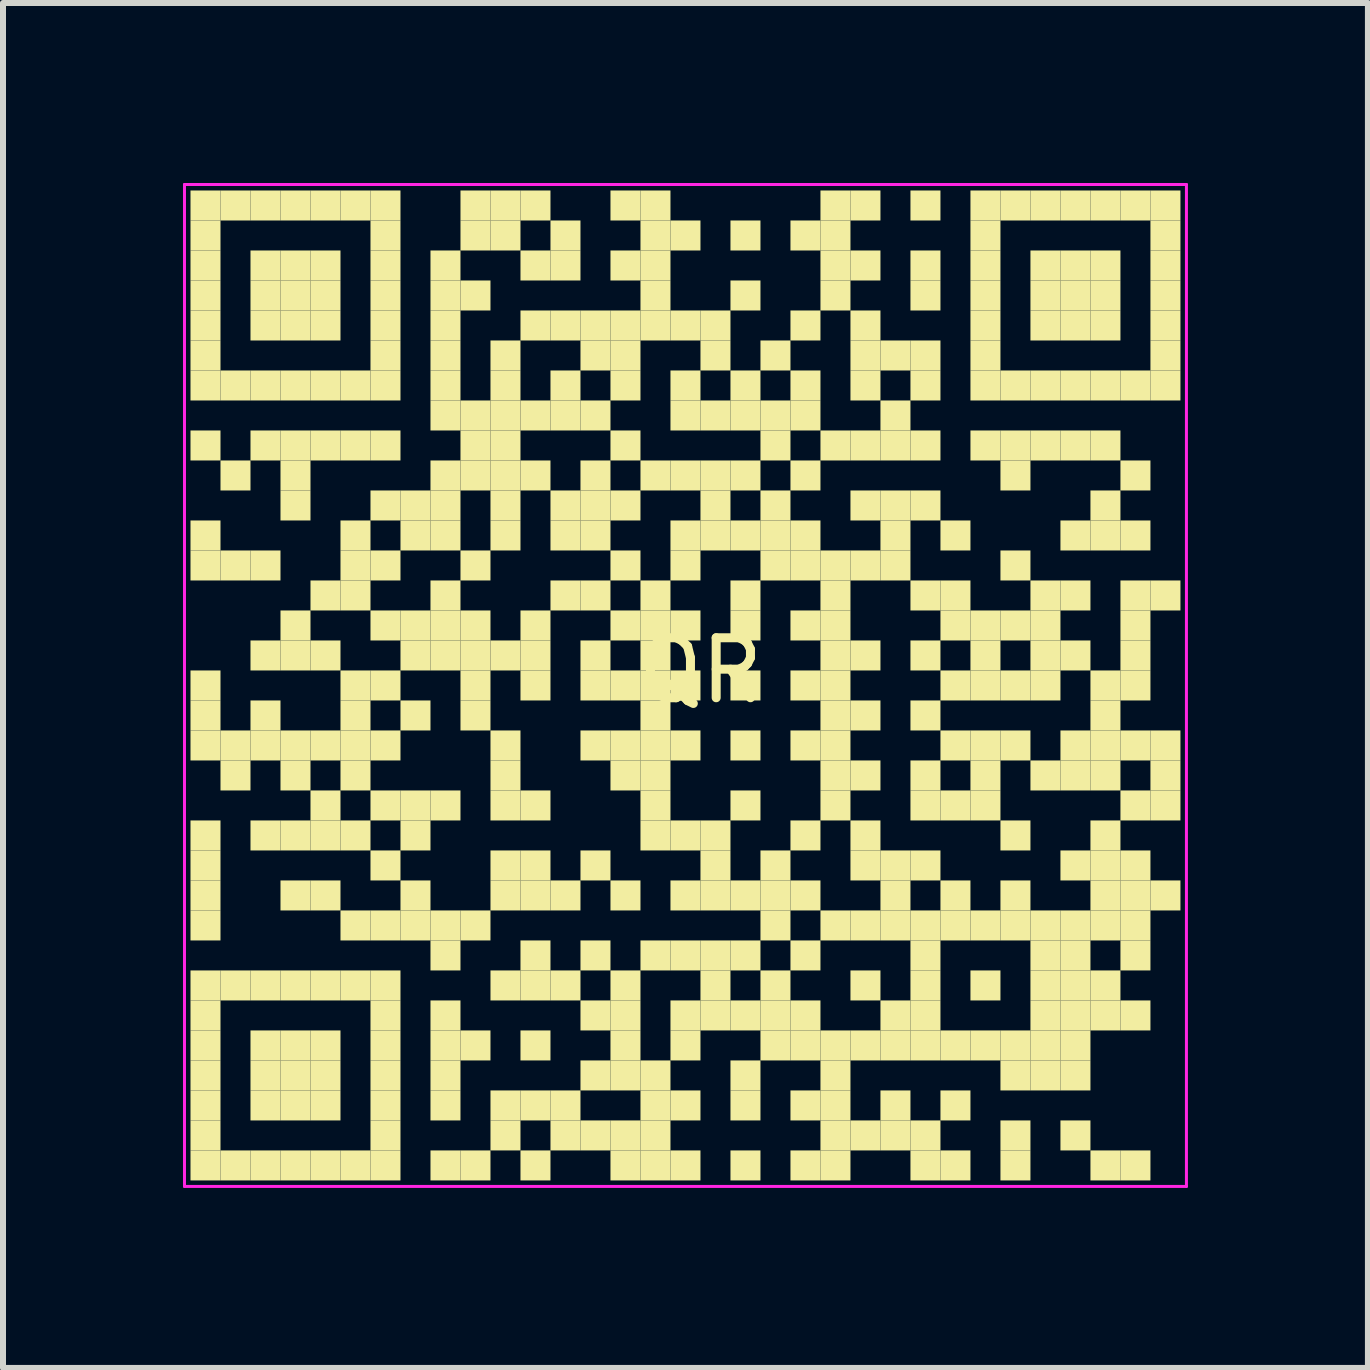
<source format=kicad_pcb>
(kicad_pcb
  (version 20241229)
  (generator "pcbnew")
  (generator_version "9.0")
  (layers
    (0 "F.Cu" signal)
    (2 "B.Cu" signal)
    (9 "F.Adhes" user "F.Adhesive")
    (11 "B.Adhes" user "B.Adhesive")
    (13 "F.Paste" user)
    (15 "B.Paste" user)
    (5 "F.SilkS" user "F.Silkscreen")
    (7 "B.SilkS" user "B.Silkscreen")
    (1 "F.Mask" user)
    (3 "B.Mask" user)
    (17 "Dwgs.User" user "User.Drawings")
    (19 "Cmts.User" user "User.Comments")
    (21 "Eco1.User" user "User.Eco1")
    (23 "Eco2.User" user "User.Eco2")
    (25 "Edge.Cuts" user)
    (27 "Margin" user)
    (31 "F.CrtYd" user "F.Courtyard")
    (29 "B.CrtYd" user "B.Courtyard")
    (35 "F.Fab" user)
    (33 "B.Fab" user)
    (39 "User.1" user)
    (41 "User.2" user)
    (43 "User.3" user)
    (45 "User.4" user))
  (footprint "QR"
    (layer "F.Cu")
    (at 8.625 8.625)
    (property "Reference" "QR" (at 0 -0.5 0) (unlocked yes) (layer "F.SilkS") (effects (font (size 1 1) (thickness 0.15))))
    (fp_rect (start -8.5 -8.5) (end -8 -8) (stroke (width 0) (type default)) (fill yes) (layer "F.SilkS"))
    (fp_rect (start -8.5 -8) (end -8 -7.5) (stroke (width 0) (type default)) (fill yes) (layer "F.SilkS"))
    (fp_rect (start -8.5 -7.5) (end -8 -7) (stroke (width 0) (type default)) (fill yes) (layer "F.SilkS"))
    (fp_rect (start -8.5 -7) (end -8 -6.5) (stroke (width 0) (type default)) (fill yes) (layer "F.SilkS"))
    (fp_rect (start -8.5 -6.5) (end -8 -6) (stroke (width 0) (type default)) (fill yes) (layer "F.SilkS"))
    (fp_rect (start -8.5 -6) (end -8 -5.5) (stroke (width 0) (type default)) (fill yes) (layer "F.SilkS"))
    (fp_rect (start -8.5 -5.5) (end -8 -5) (stroke (width 0) (type default)) (fill yes) (layer "F.SilkS"))
    (fp_rect (start -8.5 -4.5) (end -8 -4) (stroke (width 0) (type default)) (fill yes) (layer "F.SilkS"))
    (fp_rect (start -8.5 -3) (end -8 -2.5) (stroke (width 0) (type default)) (fill yes) (layer "F.SilkS"))
    (fp_rect (start -8.5 -2.5) (end -8 -2) (stroke (width 0) (type default)) (fill yes) (layer "F.SilkS"))
    (fp_rect (start -8.5 -0.5) (end -8 0) (stroke (width 0) (type default)) (fill yes) (layer "F.SilkS"))
    (fp_rect (start -8.5 0) (end -8 0.5) (stroke (width 0) (type default)) (fill yes) (layer "F.SilkS"))
    (fp_rect (start -8.5 0.5) (end -8 1) (stroke (width 0) (type default)) (fill yes) (layer "F.SilkS"))
    (fp_rect (start -8.5 2) (end -8 2.5) (stroke (width 0) (type default)) (fill yes) (layer "F.SilkS"))
    (fp_rect (start -8.5 2.5) (end -8 3) (stroke (width 0) (type default)) (fill yes) (layer "F.SilkS"))
    (fp_rect (start -8.5 3) (end -8 3.5) (stroke (width 0) (type default)) (fill yes) (layer "F.SilkS"))
    (fp_rect (start -8.5 3.5) (end -8 4) (stroke (width 0) (type default)) (fill yes) (layer "F.SilkS"))
    (fp_rect (start -8.5 4.5) (end -8 5) (stroke (width 0) (type default)) (fill yes) (layer "F.SilkS"))
    (fp_rect (start -8.5 5) (end -8 5.5) (stroke (width 0) (type default)) (fill yes) (layer "F.SilkS"))
    (fp_rect (start -8.5 5.5) (end -8 6) (stroke (width 0) (type default)) (fill yes) (layer "F.SilkS"))
    (fp_rect (start -8.5 6) (end -8 6.5) (stroke (width 0) (type default)) (fill yes) (layer "F.SilkS"))
    (fp_rect (start -8.5 6.5) (end -8 7) (stroke (width 0) (type default)) (fill yes) (layer "F.SilkS"))
    (fp_rect (start -8.5 7) (end -8 7.5) (stroke (width 0) (type default)) (fill yes) (layer "F.SilkS"))
    (fp_rect (start -8.5 7.5) (end -8 8) (stroke (width 0) (type default)) (fill yes) (layer "F.SilkS"))
    (fp_rect (start -8 -8.5) (end -7.5 -8) (stroke (width 0) (type default)) (fill yes) (layer "F.SilkS"))
    (fp_rect (start -8 -5.5) (end -7.5 -5) (stroke (width 0) (type default)) (fill yes) (layer "F.SilkS"))
    (fp_rect (start -8 -4) (end -7.5 -3.5) (stroke (width 0) (type default)) (fill yes) (layer "F.SilkS"))
    (fp_rect (start -8 -2.5) (end -7.5 -2) (stroke (width 0) (type default)) (fill yes) (layer "F.SilkS"))
    (fp_rect (start -8 0.5) (end -7.5 1) (stroke (width 0) (type default)) (fill yes) (layer "F.SilkS"))
    (fp_rect (start -8 1) (end -7.5 1.5) (stroke (width 0) (type default)) (fill yes) (layer "F.SilkS"))
    (fp_rect (start -8 4.5) (end -7.5 5) (stroke (width 0) (type default)) (fill yes) (layer "F.SilkS"))
    (fp_rect (start -8 7.5) (end -7.5 8) (stroke (width 0) (type default)) (fill yes) (layer "F.SilkS"))
    (fp_rect (start -7.5 -8.5) (end -7 -8) (stroke (width 0) (type default)) (fill yes) (layer "F.SilkS"))
    (fp_rect (start -7.5 -7.5) (end -7 -7) (stroke (width 0) (type default)) (fill yes) (layer "F.SilkS"))
    (fp_rect (start -7.5 -7) (end -7 -6.5) (stroke (width 0) (type default)) (fill yes) (layer "F.SilkS"))
    (fp_rect (start -7.5 -6.5) (end -7 -6) (stroke (width 0) (type default)) (fill yes) (layer "F.SilkS"))
    (fp_rect (start -7.5 -5.5) (end -7 -5) (stroke (width 0) (type default)) (fill yes) (layer "F.SilkS"))
    (fp_rect (start -7.5 -4.5) (end -7 -4) (stroke (width 0) (type default)) (fill yes) (layer "F.SilkS"))
    (fp_rect (start -7.5 -2.5) (end -7 -2) (stroke (width 0) (type default)) (fill yes) (layer "F.SilkS"))
    (fp_rect (start -7.5 -1) (end -7 -0.5) (stroke (width 0) (type default)) (fill yes) (layer "F.SilkS"))
    (fp_rect (start -7.5 0) (end -7 0.5) (stroke (width 0) (type default)) (fill yes) (layer "F.SilkS"))
    (fp_rect (start -7.5 0.5) (end -7 1) (stroke (width 0) (type default)) (fill yes) (layer "F.SilkS"))
    (fp_rect (start -7.5 2) (end -7 2.5) (stroke (width 0) (type default)) (fill yes) (layer "F.SilkS"))
    (fp_rect (start -7.5 4.5) (end -7 5) (stroke (width 0) (type default)) (fill yes) (layer "F.SilkS"))
    (fp_rect (start -7.5 5.5) (end -7 6) (stroke (width 0) (type default)) (fill yes) (layer "F.SilkS"))
    (fp_rect (start -7.5 6) (end -7 6.5) (stroke (width 0) (type default)) (fill yes) (layer "F.SilkS"))
    (fp_rect (start -7.5 6.5) (end -7 7) (stroke (width 0) (type default)) (fill yes) (layer "F.SilkS"))
    (fp_rect (start -7.5 7.5) (end -7 8) (stroke (width 0) (type default)) (fill yes) (layer "F.SilkS"))
    (fp_rect (start -7 -8.5) (end -6.5 -8) (stroke (width 0) (type default)) (fill yes) (layer "F.SilkS"))
    (fp_rect (start -7 -7.5) (end -6.5 -7) (stroke (width 0) (type default)) (fill yes) (layer "F.SilkS"))
    (fp_rect (start -7 -7) (end -6.5 -6.5) (stroke (width 0) (type default)) (fill yes) (layer "F.SilkS"))
    (fp_rect (start -7 -6.5) (end -6.5 -6) (stroke (width 0) (type default)) (fill yes) (layer "F.SilkS"))
    (fp_rect (start -7 -5.5) (end -6.5 -5) (stroke (width 0) (type default)) (fill yes) (layer "F.SilkS"))
    (fp_rect (start -7 -4.5) (end -6.5 -4) (stroke (width 0) (type default)) (fill yes) (layer "F.SilkS"))
    (fp_rect (start -7 -4) (end -6.5 -3.5) (stroke (width 0) (type default)) (fill yes) (layer "F.SilkS"))
    (fp_rect (start -7 -3.5) (end -6.5 -3) (stroke (width 0) (type default)) (fill yes) (layer "F.SilkS"))
    (fp_rect (start -7 -1.5) (end -6.5 -1) (stroke (width 0) (type default)) (fill yes) (layer "F.SilkS"))
    (fp_rect (start -7 -1) (end -6.5 -0.5) (stroke (width 0) (type default)) (fill yes) (layer "F.SilkS"))
    (fp_rect (start -7 0.5) (end -6.5 1) (stroke (width 0) (type default)) (fill yes) (layer "F.SilkS"))
    (fp_rect (start -7 1) (end -6.5 1.5) (stroke (width 0) (type default)) (fill yes) (layer "F.SilkS"))
    (fp_rect (start -7 2) (end -6.5 2.5) (stroke (width 0) (type default)) (fill yes) (layer "F.SilkS"))
    (fp_rect (start -7 3) (end -6.5 3.5) (stroke (width 0) (type default)) (fill yes) (layer "F.SilkS"))
    (fp_rect (start -7 4.5) (end -6.5 5) (stroke (width 0) (type default)) (fill yes) (layer "F.SilkS"))
    (fp_rect (start -7 5.5) (end -6.5 6) (stroke (width 0) (type default)) (fill yes) (layer "F.SilkS"))
    (fp_rect (start -7 6) (end -6.5 6.5) (stroke (width 0) (type default)) (fill yes) (layer "F.SilkS"))
    (fp_rect (start -7 6.5) (end -6.5 7) (stroke (width 0) (type default)) (fill yes) (layer "F.SilkS"))
    (fp_rect (start -7 7.5) (end -6.5 8) (stroke (width 0) (type default)) (fill yes) (layer "F.SilkS"))
    (fp_rect (start -6.5 -8.5) (end -6 -8) (stroke (width 0) (type default)) (fill yes) (layer "F.SilkS"))
    (fp_rect (start -6.5 -7.5) (end -6 -7) (stroke (width 0) (type default)) (fill yes) (layer "F.SilkS"))
    (fp_rect (start -6.5 -7) (end -6 -6.5) (stroke (width 0) (type default)) (fill yes) (layer "F.SilkS"))
    (fp_rect (start -6.5 -6.5) (end -6 -6) (stroke (width 0) (type default)) (fill yes) (layer "F.SilkS"))
    (fp_rect (start -6.5 -5.5) (end -6 -5) (stroke (width 0) (type default)) (fill yes) (layer "F.SilkS"))
    (fp_rect (start -6.5 -4.5) (end -6 -4) (stroke (width 0) (type default)) (fill yes) (layer "F.SilkS"))
    (fp_rect (start -6.5 -2) (end -6 -1.5) (stroke (width 0) (type default)) (fill yes) (layer "F.SilkS"))
    (fp_rect (start -6.5 -1) (end -6 -0.5) (stroke (width 0) (type default)) (fill yes) (layer "F.SilkS"))
    (fp_rect (start -6.5 0.5) (end -6 1) (stroke (width 0) (type default)) (fill yes) (layer "F.SilkS"))
    (fp_rect (start -6.5 1.5) (end -6 2) (stroke (width 0) (type default)) (fill yes) (layer "F.SilkS"))
    (fp_rect (start -6.5 2) (end -6 2.5) (stroke (width 0) (type default)) (fill yes) (layer "F.SilkS"))
    (fp_rect (start -6.5 3) (end -6 3.5) (stroke (width 0) (type default)) (fill yes) (layer "F.SilkS"))
    (fp_rect (start -6.5 4.5) (end -6 5) (stroke (width 0) (type default)) (fill yes) (layer "F.SilkS"))
    (fp_rect (start -6.5 5.5) (end -6 6) (stroke (width 0) (type default)) (fill yes) (layer "F.SilkS"))
    (fp_rect (start -6.5 6) (end -6 6.5) (stroke (width 0) (type default)) (fill yes) (layer "F.SilkS"))
    (fp_rect (start -6.5 6.5) (end -6 7) (stroke (width 0) (type default)) (fill yes) (layer "F.SilkS"))
    (fp_rect (start -6.5 7.5) (end -6 8) (stroke (width 0) (type default)) (fill yes) (layer "F.SilkS"))
    (fp_rect (start -6 -8.5) (end -5.5 -8) (stroke (width 0) (type default)) (fill yes) (layer "F.SilkS"))
    (fp_rect (start -6 -5.5) (end -5.5 -5) (stroke (width 0) (type default)) (fill yes) (layer "F.SilkS"))
    (fp_rect (start -6 -4.5) (end -5.5 -4) (stroke (width 0) (type default)) (fill yes) (layer "F.SilkS"))
    (fp_rect (start -6 -3) (end -5.5 -2.5) (stroke (width 0) (type default)) (fill yes) (layer "F.SilkS"))
    (fp_rect (start -6 -2.5) (end -5.5 -2) (stroke (width 0) (type default)) (fill yes) (layer "F.SilkS"))
    (fp_rect (start -6 -2) (end -5.5 -1.5) (stroke (width 0) (type default)) (fill yes) (layer "F.SilkS"))
    (fp_rect (start -6 -0.5) (end -5.5 0) (stroke (width 0) (type default)) (fill yes) (layer "F.SilkS"))
    (fp_rect (start -6 0) (end -5.5 0.5) (stroke (width 0) (type default)) (fill yes) (layer "F.SilkS"))
    (fp_rect (start -6 0.5) (end -5.5 1) (stroke (width 0) (type default)) (fill yes) (layer "F.SilkS"))
    (fp_rect (start -6 1) (end -5.5 1.5) (stroke (width 0) (type default)) (fill yes) (layer "F.SilkS"))
    (fp_rect (start -6 2) (end -5.5 2.5) (stroke (width 0) (type default)) (fill yes) (layer "F.SilkS"))
    (fp_rect (start -6 3.5) (end -5.5 4) (stroke (width 0) (type default)) (fill yes) (layer "F.SilkS"))
    (fp_rect (start -6 4.5) (end -5.5 5) (stroke (width 0) (type default)) (fill yes) (layer "F.SilkS"))
    (fp_rect (start -6 7.5) (end -5.5 8) (stroke (width 0) (type default)) (fill yes) (layer "F.SilkS"))
    (fp_rect (start -5.5 -8.5) (end -5 -8) (stroke (width 0) (type default)) (fill yes) (layer "F.SilkS"))
    (fp_rect (start -5.5 -8) (end -5 -7.5) (stroke (width 0) (type default)) (fill yes) (layer "F.SilkS"))
    (fp_rect (start -5.5 -7.5) (end -5 -7) (stroke (width 0) (type default)) (fill yes) (layer "F.SilkS"))
    (fp_rect (start -5.5 -7) (end -5 -6.5) (stroke (width 0) (type default)) (fill yes) (layer "F.SilkS"))
    (fp_rect (start -5.5 -6.5) (end -5 -6) (stroke (width 0) (type default)) (fill yes) (layer "F.SilkS"))
    (fp_rect (start -5.5 -6) (end -5 -5.5) (stroke (width 0) (type default)) (fill yes) (layer "F.SilkS"))
    (fp_rect (start -5.5 -5.5) (end -5 -5) (stroke (width 0) (type default)) (fill yes) (layer "F.SilkS"))
    (fp_rect (start -5.5 -4.5) (end -5 -4) (stroke (width 0) (type default)) (fill yes) (layer "F.SilkS"))
    (fp_rect (start -5.5 -3.5) (end -5 -3) (stroke (width 0) (type default)) (fill yes) (layer "F.SilkS"))
    (fp_rect (start -5.5 -2.5) (end -5 -2) (stroke (width 0) (type default)) (fill yes) (layer "F.SilkS"))
    (fp_rect (start -5.5 -1.5) (end -5 -1) (stroke (width 0) (type default)) (fill yes) (layer "F.SilkS"))
    (fp_rect (start -5.5 -0.5) (end -5 0) (stroke (width 0) (type default)) (fill yes) (layer "F.SilkS"))
    (fp_rect (start -5.5 0.5) (end -5 1) (stroke (width 0) (type default)) (fill yes) (layer "F.SilkS"))
    (fp_rect (start -5.5 1.5) (end -5 2) (stroke (width 0) (type default)) (fill yes) (layer "F.SilkS"))
    (fp_rect (start -5.5 2.5) (end -5 3) (stroke (width 0) (type default)) (fill yes) (layer "F.SilkS"))
    (fp_rect (start -5.5 3.5) (end -5 4) (stroke (width 0) (type default)) (fill yes) (layer "F.SilkS"))
    (fp_rect (start -5.5 4.5) (end -5 5) (stroke (width 0) (type default)) (fill yes) (layer "F.SilkS"))
    (fp_rect (start -5.5 5) (end -5 5.5) (stroke (width 0) (type default)) (fill yes) (layer "F.SilkS"))
    (fp_rect (start -5.5 5.5) (end -5 6) (stroke (width 0) (type default)) (fill yes) (layer "F.SilkS"))
    (fp_rect (start -5.5 6) (end -5 6.5) (stroke (width 0) (type default)) (fill yes) (layer "F.SilkS"))
    (fp_rect (start -5.5 6.5) (end -5 7) (stroke (width 0) (type default)) (fill yes) (layer "F.SilkS"))
    (fp_rect (start -5.5 7) (end -5 7.5) (stroke (width 0) (type default)) (fill yes) (layer "F.SilkS"))
    (fp_rect (start -5.5 7.5) (end -5 8) (stroke (width 0) (type default)) (fill yes) (layer "F.SilkS"))
    (fp_rect (start -5 -3.5) (end -4.5 -3) (stroke (width 0) (type default)) (fill yes) (layer "F.SilkS"))
    (fp_rect (start -5 -3) (end -4.5 -2.5) (stroke (width 0) (type default)) (fill yes) (layer "F.SilkS"))
    (fp_rect (start -5 -1.5) (end -4.5 -1) (stroke (width 0) (type default)) (fill yes) (layer "F.SilkS"))
    (fp_rect (start -5 -1) (end -4.5 -0.5) (stroke (width 0) (type default)) (fill yes) (layer "F.SilkS"))
    (fp_rect (start -5 0) (end -4.5 0.5) (stroke (width 0) (type default)) (fill yes) (layer "F.SilkS"))
    (fp_rect (start -5 1.5) (end -4.5 2) (stroke (width 0) (type default)) (fill yes) (layer "F.SilkS"))
    (fp_rect (start -5 2) (end -4.5 2.5) (stroke (width 0) (type default)) (fill yes) (layer "F.SilkS"))
    (fp_rect (start -5 3) (end -4.5 3.5) (stroke (width 0) (type default)) (fill yes) (layer "F.SilkS"))
    (fp_rect (start -5 3.5) (end -4.5 4) (stroke (width 0) (type default)) (fill yes) (layer "F.SilkS"))
    (fp_rect (start -4.5 -7.5) (end -4 -7) (stroke (width 0) (type default)) (fill yes) (layer "F.SilkS"))
    (fp_rect (start -4.5 -7) (end -4 -6.5) (stroke (width 0) (type default)) (fill yes) (layer "F.SilkS"))
    (fp_rect (start -4.5 -6.5) (end -4 -6) (stroke (width 0) (type default)) (fill yes) (layer "F.SilkS"))
    (fp_rect (start -4.5 -6) (end -4 -5.5) (stroke (width 0) (type default)) (fill yes) (layer "F.SilkS"))
    (fp_rect (start -4.5 -5.5) (end -4 -5) (stroke (width 0) (type default)) (fill yes) (layer "F.SilkS"))
    (fp_rect (start -4.5 -5) (end -4 -4.5) (stroke (width 0) (type default)) (fill yes) (layer "F.SilkS"))
    (fp_rect (start -4.5 -4) (end -4 -3.5) (stroke (width 0) (type default)) (fill yes) (layer "F.SilkS"))
    (fp_rect (start -4.5 -3.5) (end -4 -3) (stroke (width 0) (type default)) (fill yes) (layer "F.SilkS"))
    (fp_rect (start -4.5 -3) (end -4 -2.5) (stroke (width 0) (type default)) (fill yes) (layer "F.SilkS"))
    (fp_rect (start -4.5 -2) (end -4 -1.5) (stroke (width 0) (type default)) (fill yes) (layer "F.SilkS"))
    (fp_rect (start -4.5 -1.5) (end -4 -1) (stroke (width 0) (type default)) (fill yes) (layer "F.SilkS"))
    (fp_rect (start -4.5 -1) (end -4 -0.5) (stroke (width 0) (type default)) (fill yes) (layer "F.SilkS"))
    (fp_rect (start -4.5 1.5) (end -4 2) (stroke (width 0) (type default)) (fill yes) (layer "F.SilkS"))
    (fp_rect (start -4.5 3.5) (end -4 4) (stroke (width 0) (type default)) (fill yes) (layer "F.SilkS"))
    (fp_rect (start -4.5 4) (end -4 4.5) (stroke (width 0) (type default)) (fill yes) (layer "F.SilkS"))
    (fp_rect (start -4.5 5) (end -4 5.5) (stroke (width 0) (type default)) (fill yes) (layer "F.SilkS"))
    (fp_rect (start -4.5 5.5) (end -4 6) (stroke (width 0) (type default)) (fill yes) (layer "F.SilkS"))
    (fp_rect (start -4.5 6) (end -4 6.5) (stroke (width 0) (type default)) (fill yes) (layer "F.SilkS"))
    (fp_rect (start -4.5 6.5) (end -4 7) (stroke (width 0) (type default)) (fill yes) (layer "F.SilkS"))
    (fp_rect (start -4.5 7.5) (end -4 8) (stroke (width 0) (type default)) (fill yes) (layer "F.SilkS"))
    (fp_rect (start -4 -8.5) (end -3.5 -8) (stroke (width 0) (type default)) (fill yes) (layer "F.SilkS"))
    (fp_rect (start -4 -8) (end -3.5 -7.5) (stroke (width 0) (type default)) (fill yes) (layer "F.SilkS"))
    (fp_rect (start -4 -7) (end -3.5 -6.5) (stroke (width 0) (type default)) (fill yes) (layer "F.SilkS"))
    (fp_rect (start -4 -5) (end -3.5 -4.5) (stroke (width 0) (type default)) (fill yes) (layer "F.SilkS"))
    (fp_rect (start -4 -4.5) (end -3.5 -4) (stroke (width 0) (type default)) (fill yes) (layer "F.SilkS"))
    (fp_rect (start -4 -4) (end -3.5 -3.5) (stroke (width 0) (type default)) (fill yes) (layer "F.SilkS"))
    (fp_rect (start -4 -2.5) (end -3.5 -2) (stroke (width 0) (type default)) (fill yes) (layer "F.SilkS"))
    (fp_rect (start -4 -1.5) (end -3.5 -1) (stroke (width 0) (type default)) (fill yes) (layer "F.SilkS"))
    (fp_rect (start -4 -1) (end -3.5 -0.5) (stroke (width 0) (type default)) (fill yes) (layer "F.SilkS"))
    (fp_rect (start -4 -0.5) (end -3.5 0) (stroke (width 0) (type default)) (fill yes) (layer "F.SilkS"))
    (fp_rect (start -4 0) (end -3.5 0.5) (stroke (width 0) (type default)) (fill yes) (layer "F.SilkS"))
    (fp_rect (start -4 3.5) (end -3.5 4) (stroke (width 0) (type default)) (fill yes) (layer "F.SilkS"))
    (fp_rect (start -4 5.5) (end -3.5 6) (stroke (width 0) (type default)) (fill yes) (layer "F.SilkS"))
    (fp_rect (start -4 7.5) (end -3.5 8) (stroke (width 0) (type default)) (fill yes) (layer "F.SilkS"))
    (fp_rect (start -3.5 -8.5) (end -3 -8) (stroke (width 0) (type default)) (fill yes) (layer "F.SilkS"))
    (fp_rect (start -3.5 -8) (end -3 -7.5) (stroke (width 0) (type default)) (fill yes) (layer "F.SilkS"))
    (fp_rect (start -3.5 -6) (end -3 -5.5) (stroke (width 0) (type default)) (fill yes) (layer "F.SilkS"))
    (fp_rect (start -3.5 -5.5) (end -3 -5) (stroke (width 0) (type default)) (fill yes) (layer "F.SilkS"))
    (fp_rect (start -3.5 -5) (end -3 -4.5) (stroke (width 0) (type default)) (fill yes) (layer "F.SilkS"))
    (fp_rect (start -3.5 -4.5) (end -3 -4) (stroke (width 0) (type default)) (fill yes) (layer "F.SilkS"))
    (fp_rect (start -3.5 -4) (end -3 -3.5) (stroke (width 0) (type default)) (fill yes) (layer "F.SilkS"))
    (fp_rect (start -3.5 -3.5) (end -3 -3) (stroke (width 0) (type default)) (fill yes) (layer "F.SilkS"))
    (fp_rect (start -3.5 -3) (end -3 -2.5) (stroke (width 0) (type default)) (fill yes) (layer "F.SilkS"))
    (fp_rect (start -3.5 -1) (end -3 -0.5) (stroke (width 0) (type default)) (fill yes) (layer "F.SilkS"))
    (fp_rect (start -3.5 0.5) (end -3 1) (stroke (width 0) (type default)) (fill yes) (layer "F.SilkS"))
    (fp_rect (start -3.5 1) (end -3 1.5) (stroke (width 0) (type default)) (fill yes) (layer "F.SilkS"))
    (fp_rect (start -3.5 1.5) (end -3 2) (stroke (width 0) (type default)) (fill yes) (layer "F.SilkS"))
    (fp_rect (start -3.5 2.5) (end -3 3) (stroke (width 0) (type default)) (fill yes) (layer "F.SilkS"))
    (fp_rect (start -3.5 3) (end -3 3.5) (stroke (width 0) (type default)) (fill yes) (layer "F.SilkS"))
    (fp_rect (start -3.5 4.5) (end -3 5) (stroke (width 0) (type default)) (fill yes) (layer "F.SilkS"))
    (fp_rect (start -3.5 6.5) (end -3 7) (stroke (width 0) (type default)) (fill yes) (layer "F.SilkS"))
    (fp_rect (start -3.5 7) (end -3 7.5) (stroke (width 0) (type default)) (fill yes) (layer "F.SilkS"))
    (fp_rect (start -3 -8.5) (end -2.5 -8) (stroke (width 0) (type default)) (fill yes) (layer "F.SilkS"))
    (fp_rect (start -3 -7.5) (end -2.5 -7) (stroke (width 0) (type default)) (fill yes) (layer "F.SilkS"))
    (fp_rect (start -3 -6.5) (end -2.5 -6) (stroke (width 0) (type default)) (fill yes) (layer "F.SilkS"))
    (fp_rect (start -3 -5) (end -2.5 -4.5) (stroke (width 0) (type default)) (fill yes) (layer "F.SilkS"))
    (fp_rect (start -3 -4) (end -2.5 -3.5) (stroke (width 0) (type default)) (fill yes) (layer "F.SilkS"))
    (fp_rect (start -3 -1.5) (end -2.5 -1) (stroke (width 0) (type default)) (fill yes) (layer "F.SilkS"))
    (fp_rect (start -3 -1) (end -2.5 -0.5) (stroke (width 0) (type default)) (fill yes) (layer "F.SilkS"))
    (fp_rect (start -3 -0.5) (end -2.5 0) (stroke (width 0) (type default)) (fill yes) (layer "F.SilkS"))
    (fp_rect (start -3 1.5) (end -2.5 2) (stroke (width 0) (type default)) (fill yes) (layer "F.SilkS"))
    (fp_rect (start -3 2.5) (end -2.5 3) (stroke (width 0) (type default)) (fill yes) (layer "F.SilkS"))
    (fp_rect (start -3 3) (end -2.5 3.5) (stroke (width 0) (type default)) (fill yes) (layer "F.SilkS"))
    (fp_rect (start -3 4) (end -2.5 4.5) (stroke (width 0) (type default)) (fill yes) (layer "F.SilkS"))
    (fp_rect (start -3 4.5) (end -2.5 5) (stroke (width 0) (type default)) (fill yes) (layer "F.SilkS"))
    (fp_rect (start -3 5.5) (end -2.5 6) (stroke (width 0) (type default)) (fill yes) (layer "F.SilkS"))
    (fp_rect (start -3 6.5) (end -2.5 7) (stroke (width 0) (type default)) (fill yes) (layer "F.SilkS"))
    (fp_rect (start -3 7.5) (end -2.5 8) (stroke (width 0) (type default)) (fill yes) (layer "F.SilkS"))
    (fp_rect (start -2.5 -8) (end -2 -7.5) (stroke (width 0) (type default)) (fill yes) (layer "F.SilkS"))
    (fp_rect (start -2.5 -7.5) (end -2 -7) (stroke (width 0) (type default)) (fill yes) (layer "F.SilkS"))
    (fp_rect (start -2.5 -6.5) (end -2 -6) (stroke (width 0) (type default)) (fill yes) (layer "F.SilkS"))
    (fp_rect (start -2.5 -5.5) (end -2 -5) (stroke (width 0) (type default)) (fill yes) (layer "F.SilkS"))
    (fp_rect (start -2.5 -5) (end -2 -4.5) (stroke (width 0) (type default)) (fill yes) (layer "F.SilkS"))
    (fp_rect (start -2.5 -3.5) (end -2 -3) (stroke (width 0) (type default)) (fill yes) (layer "F.SilkS"))
    (fp_rect (start -2.5 -3) (end -2 -2.5) (stroke (width 0) (type default)) (fill yes) (layer "F.SilkS"))
    (fp_rect (start -2.5 -2) (end -2 -1.5) (stroke (width 0) (type default)) (fill yes) (layer "F.SilkS"))
    (fp_rect (start -2.5 3) (end -2 3.5) (stroke (width 0) (type default)) (fill yes) (layer "F.SilkS"))
    (fp_rect (start -2.5 4.5) (end -2 5) (stroke (width 0) (type default)) (fill yes) (layer "F.SilkS"))
    (fp_rect (start -2.5 6.5) (end -2 7) (stroke (width 0) (type default)) (fill yes) (layer "F.SilkS"))
    (fp_rect (start -2.5 7) (end -2 7.5) (stroke (width 0) (type default)) (fill yes) (layer "F.SilkS"))
    (fp_rect (start -2 -6.5) (end -1.5 -6) (stroke (width 0) (type default)) (fill yes) (layer "F.SilkS"))
    (fp_rect (start -2 -6) (end -1.5 -5.5) (stroke (width 0) (type default)) (fill yes) (layer "F.SilkS"))
    (fp_rect (start -2 -5) (end -1.5 -4.5) (stroke (width 0) (type default)) (fill yes) (layer "F.SilkS"))
    (fp_rect (start -2 -4) (end -1.5 -3.5) (stroke (width 0) (type default)) (fill yes) (layer "F.SilkS"))
    (fp_rect (start -2 -3.5) (end -1.5 -3) (stroke (width 0) (type default)) (fill yes) (layer "F.SilkS"))
    (fp_rect (start -2 -3) (end -1.5 -2.5) (stroke (width 0) (type default)) (fill yes) (layer "F.SilkS"))
    (fp_rect (start -2 -2) (end -1.5 -1.5) (stroke (width 0) (type default)) (fill yes) (layer "F.SilkS"))
    (fp_rect (start -2 -1) (end -1.5 -0.5) (stroke (width 0) (type default)) (fill yes) (layer "F.SilkS"))
    (fp_rect (start -2 -0.5) (end -1.5 0) (stroke (width 0) (type default)) (fill yes) (layer "F.SilkS"))
    (fp_rect (start -2 0.5) (end -1.5 1) (stroke (width 0) (type default)) (fill yes) (layer "F.SilkS"))
    (fp_rect (start -2 2.5) (end -1.5 3) (stroke (width 0) (type default)) (fill yes) (layer "F.SilkS"))
    (fp_rect (start -2 4) (end -1.5 4.5) (stroke (width 0) (type default)) (fill yes) (layer "F.SilkS"))
    (fp_rect (start -2 5) (end -1.5 5.5) (stroke (width 0) (type default)) (fill yes) (layer "F.SilkS"))
    (fp_rect (start -2 6) (end -1.5 6.5) (stroke (width 0) (type default)) (fill yes) (layer "F.SilkS"))
    (fp_rect (start -2 7) (end -1.5 7.5) (stroke (width 0) (type default)) (fill yes) (layer "F.SilkS"))
    (fp_rect (start -1.5 -8.5) (end -1 -8) (stroke (width 0) (type default)) (fill yes) (layer "F.SilkS"))
    (fp_rect (start -1.5 -7.5) (end -1 -7) (stroke (width 0) (type default)) (fill yes) (layer "F.SilkS"))
    (fp_rect (start -1.5 -6.5) (end -1 -6) (stroke (width 0) (type default)) (fill yes) (layer "F.SilkS"))
    (fp_rect (start -1.5 -6) (end -1 -5.5) (stroke (width 0) (type default)) (fill yes) (layer "F.SilkS"))
    (fp_rect (start -1.5 -5.5) (end -1 -5) (stroke (width 0) (type default)) (fill yes) (layer "F.SilkS"))
    (fp_rect (start -1.5 -4.5) (end -1 -4) (stroke (width 0) (type default)) (fill yes) (layer "F.SilkS"))
    (fp_rect (start -1.5 -3.5) (end -1 -3) (stroke (width 0) (type default)) (fill yes) (layer "F.SilkS"))
    (fp_rect (start -1.5 -2.5) (end -1 -2) (stroke (width 0) (type default)) (fill yes) (layer "F.SilkS"))
    (fp_rect (start -1.5 -1.5) (end -1 -1) (stroke (width 0) (type default)) (fill yes) (layer "F.SilkS"))
    (fp_rect (start -1.5 -0.5) (end -1 0) (stroke (width 0) (type default)) (fill yes) (layer "F.SilkS"))
    (fp_rect (start -1.5 0.5) (end -1 1) (stroke (width 0) (type default)) (fill yes) (layer "F.SilkS"))
    (fp_rect (start -1.5 1) (end -1 1.5) (stroke (width 0) (type default)) (fill yes) (layer "F.SilkS"))
    (fp_rect (start -1.5 3) (end -1 3.5) (stroke (width 0) (type default)) (fill yes) (layer "F.SilkS"))
    (fp_rect (start -1.5 4.5) (end -1 5) (stroke (width 0) (type default)) (fill yes) (layer "F.SilkS"))
    (fp_rect (start -1.5 5) (end -1 5.5) (stroke (width 0) (type default)) (fill yes) (layer "F.SilkS"))
    (fp_rect (start -1.5 5.5) (end -1 6) (stroke (width 0) (type default)) (fill yes) (layer "F.SilkS"))
    (fp_rect (start -1.5 6) (end -1 6.5) (stroke (width 0) (type default)) (fill yes) (layer "F.SilkS"))
    (fp_rect (start -1.5 7) (end -1 7.5) (stroke (width 0) (type default)) (fill yes) (layer "F.SilkS"))
    (fp_rect (start -1.5 7.5) (end -1 8) (stroke (width 0) (type default)) (fill yes) (layer "F.SilkS"))
    (fp_rect (start -1 -8.5) (end -0.5 -8) (stroke (width 0) (type default)) (fill yes) (layer "F.SilkS"))
    (fp_rect (start -1 -8) (end -0.5 -7.5) (stroke (width 0) (type default)) (fill yes) (layer "F.SilkS"))
    (fp_rect (start -1 -7.5) (end -0.5 -7) (stroke (width 0) (type default)) (fill yes) (layer "F.SilkS"))
    (fp_rect (start -1 -7) (end -0.5 -6.5) (stroke (width 0) (type default)) (fill yes) (layer "F.SilkS"))
    (fp_rect (start -1 -6.5) (end -0.5 -6) (stroke (width 0) (type default)) (fill yes) (layer "F.SilkS"))
    (fp_rect (start -1 -4) (end -0.5 -3.5) (stroke (width 0) (type default)) (fill yes) (layer "F.SilkS"))
    (fp_rect (start -1 -2) (end -0.5 -1.5) (stroke (width 0) (type default)) (fill yes) (layer "F.SilkS"))
    (fp_rect (start -1 -1.5) (end -0.5 -1) (stroke (width 0) (type default)) (fill yes) (layer "F.SilkS"))
    (fp_rect (start -1 -1) (end -0.5 -0.5) (stroke (width 0) (type default)) (fill yes) (layer "F.SilkS"))
    (fp_rect (start -1 -0.5) (end -0.5 0) (stroke (width 0) (type default)) (fill yes) (layer "F.SilkS"))
    (fp_rect (start -1 0) (end -0.5 0.5) (stroke (width 0) (type default)) (fill yes) (layer "F.SilkS"))
    (fp_rect (start -1 0.5) (end -0.5 1) (stroke (width 0) (type default)) (fill yes) (layer "F.SilkS"))
    (fp_rect (start -1 1) (end -0.5 1.5) (stroke (width 0) (type default)) (fill yes) (layer "F.SilkS"))
    (fp_rect (start -1 1.5) (end -0.5 2) (stroke (width 0) (type default)) (fill yes) (layer "F.SilkS"))
    (fp_rect (start -1 2) (end -0.5 2.5) (stroke (width 0) (type default)) (fill yes) (layer "F.SilkS"))
    (fp_rect (start -1 4) (end -0.5 4.5) (stroke (width 0) (type default)) (fill yes) (layer "F.SilkS"))
    (fp_rect (start -1 6) (end -0.5 6.5) (stroke (width 0) (type default)) (fill yes) (layer "F.SilkS"))
    (fp_rect (start -1 6.5) (end -0.5 7) (stroke (width 0) (type default)) (fill yes) (layer "F.SilkS"))
    (fp_rect (start -1 7) (end -0.5 7.5) (stroke (width 0) (type default)) (fill yes) (layer "F.SilkS"))
    (fp_rect (start -1 7.5) (end -0.5 8) (stroke (width 0) (type default)) (fill yes) (layer "F.SilkS"))
    (fp_rect (start -0.5 -8) (end 0 -7.5) (stroke (width 0) (type default)) (fill yes) (layer "F.SilkS"))
    (fp_rect (start -0.5 -6.5) (end 0 -6) (stroke (width 0) (type default)) (fill yes) (layer "F.SilkS"))
    (fp_rect (start -0.5 -5.5) (end 0 -5) (stroke (width 0) (type default)) (fill yes) (layer "F.SilkS"))
    (fp_rect (start -0.5 -5) (end 0 -4.5) (stroke (width 0) (type default)) (fill yes) (layer "F.SilkS"))
    (fp_rect (start -0.5 -4) (end 0 -3.5) (stroke (width 0) (type default)) (fill yes) (layer "F.SilkS"))
    (fp_rect (start -0.5 -3) (end 0 -2.5) (stroke (width 0) (type default)) (fill yes) (layer "F.SilkS"))
    (fp_rect (start -0.5 -2.5) (end 0 -2) (stroke (width 0) (type default)) (fill yes) (layer "F.SilkS"))
    (fp_rect (start -0.5 -1.5) (end 0 -1) (stroke (width 0) (type default)) (fill yes) (layer "F.SilkS"))
    (fp_rect (start -0.5 -0.5) (end 0 0) (stroke (width 0) (type default)) (fill yes) (layer "F.SilkS"))
    (fp_rect (start -0.5 0.5) (end 0 1) (stroke (width 0) (type default)) (fill yes) (layer "F.SilkS"))
    (fp_rect (start -0.5 2) (end 0 2.5) (stroke (width 0) (type default)) (fill yes) (layer "F.SilkS"))
    (fp_rect (start -0.5 3) (end 0 3.5) (stroke (width 0) (type default)) (fill yes) (layer "F.SilkS"))
    (fp_rect (start -0.5 4) (end 0 4.5) (stroke (width 0) (type default)) (fill yes) (layer "F.SilkS"))
    (fp_rect (start -0.5 5) (end 0 5.5) (stroke (width 0) (type default)) (fill yes) (layer "F.SilkS"))
    (fp_rect (start -0.5 5.5) (end 0 6) (stroke (width 0) (type default)) (fill yes) (layer "F.SilkS"))
    (fp_rect (start -0.5 6.5) (end 0 7) (stroke (width 0) (type default)) (fill yes) (layer "F.SilkS"))
    (fp_rect (start -0.5 7.5) (end 0 8) (stroke (width 0) (type default)) (fill yes) (layer "F.SilkS"))
    (fp_rect (start 0 -6.5) (end 0.5 -6) (stroke (width 0) (type default)) (fill yes) (layer "F.SilkS"))
    (fp_rect (start 0 -6) (end 0.5 -5.5) (stroke (width 0) (type default)) (fill yes) (layer "F.SilkS"))
    (fp_rect (start 0 -5) (end 0.5 -4.5) (stroke (width 0) (type default)) (fill yes) (layer "F.SilkS"))
    (fp_rect (start 0 -4) (end 0.5 -3.5) (stroke (width 0) (type default)) (fill yes) (layer "F.SilkS"))
    (fp_rect (start 0 -3.5) (end 0.5 -3) (stroke (width 0) (type default)) (fill yes) (layer "F.SilkS"))
    (fp_rect (start 0 -3) (end 0.5 -2.5) (stroke (width 0) (type default)) (fill yes) (layer "F.SilkS"))
    (fp_rect (start 0 2) (end 0.5 2.5) (stroke (width 0) (type default)) (fill yes) (layer "F.SilkS"))
    (fp_rect (start 0 2.5) (end 0.5 3) (stroke (width 0) (type default)) (fill yes) (layer "F.SilkS"))
    (fp_rect (start 0 3) (end 0.5 3.5) (stroke (width 0) (type default)) (fill yes) (layer "F.SilkS"))
    (fp_rect (start 0 4) (end 0.5 4.5) (stroke (width 0) (type default)) (fill yes) (layer "F.SilkS"))
    (fp_rect (start 0 4.5) (end 0.5 5) (stroke (width 0) (type default)) (fill yes) (layer "F.SilkS"))
    (fp_rect (start 0 5) (end 0.5 5.5) (stroke (width 0) (type default)) (fill yes) (layer "F.SilkS"))
    (fp_rect (start 0.5 -8) (end 1 -7.5) (stroke (width 0) (type default)) (fill yes) (layer "F.SilkS"))
    (fp_rect (start 0.5 -7) (end 1 -6.5) (stroke (width 0) (type default)) (fill yes) (layer "F.SilkS"))
    (fp_rect (start 0.5 -5.5) (end 1 -5) (stroke (width 0) (type default)) (fill yes) (layer "F.SilkS"))
    (fp_rect (start 0.5 -5) (end 1 -4.5) (stroke (width 0) (type default)) (fill yes) (layer "F.SilkS"))
    (fp_rect (start 0.5 -4) (end 1 -3.5) (stroke (width 0) (type default)) (fill yes) (layer "F.SilkS"))
    (fp_rect (start 0.5 -3) (end 1 -2.5) (stroke (width 0) (type default)) (fill yes) (layer "F.SilkS"))
    (fp_rect (start 0.5 -2) (end 1 -1.5) (stroke (width 0) (type default)) (fill yes) (layer "F.SilkS"))
    (fp_rect (start 0.5 -1.5) (end 1 -1) (stroke (width 0) (type default)) (fill yes) (layer "F.SilkS"))
    (fp_rect (start 0.5 -0.5) (end 1 0) (stroke (width 0) (type default)) (fill yes) (layer "F.SilkS"))
    (fp_rect (start 0.5 0.5) (end 1 1) (stroke (width 0) (type default)) (fill yes) (layer "F.SilkS"))
    (fp_rect (start 0.5 1.5) (end 1 2) (stroke (width 0) (type default)) (fill yes) (layer "F.SilkS"))
    (fp_rect (start 0.5 3) (end 1 3.5) (stroke (width 0) (type default)) (fill yes) (layer "F.SilkS"))
    (fp_rect (start 0.5 4) (end 1 4.5) (stroke (width 0) (type default)) (fill yes) (layer "F.SilkS"))
    (fp_rect (start 0.5 5) (end 1 5.5) (stroke (width 0) (type default)) (fill yes) (layer "F.SilkS"))
    (fp_rect (start 0.5 6) (end 1 6.5) (stroke (width 0) (type default)) (fill yes) (layer "F.SilkS"))
    (fp_rect (start 0.5 6.5) (end 1 7) (stroke (width 0) (type default)) (fill yes) (layer "F.SilkS"))
    (fp_rect (start 0.5 7.5) (end 1 8) (stroke (width 0) (type default)) (fill yes) (layer "F.SilkS"))
    (fp_rect (start 1 -6) (end 1.5 -5.5) (stroke (width 0) (type default)) (fill yes) (layer "F.SilkS"))
    (fp_rect (start 1 -5) (end 1.5 -4.5) (stroke (width 0) (type default)) (fill yes) (layer "F.SilkS"))
    (fp_rect (start 1 -4.5) (end 1.5 -4) (stroke (width 0) (type default)) (fill yes) (layer "F.SilkS"))
    (fp_rect (start 1 -3.5) (end 1.5 -3) (stroke (width 0) (type default)) (fill yes) (layer "F.SilkS"))
    (fp_rect (start 1 -3) (end 1.5 -2.5) (stroke (width 0) (type default)) (fill yes) (layer "F.SilkS"))
    (fp_rect (start 1 -2.5) (end 1.5 -2) (stroke (width 0) (type default)) (fill yes) (layer "F.SilkS"))
    (fp_rect (start 1 2.5) (end 1.5 3) (stroke (width 0) (type default)) (fill yes) (layer "F.SilkS"))
    (fp_rect (start 1 3) (end 1.5 3.5) (stroke (width 0) (type default)) (fill yes) (layer "F.SilkS"))
    (fp_rect (start 1 3.5) (end 1.5 4) (stroke (width 0) (type default)) (fill yes) (layer "F.SilkS"))
    (fp_rect (start 1 4.5) (end 1.5 5) (stroke (width 0) (type default)) (fill yes) (layer "F.SilkS"))
    (fp_rect (start 1 5) (end 1.5 5.5) (stroke (width 0) (type default)) (fill yes) (layer "F.SilkS"))
    (fp_rect (start 1 5.5) (end 1.5 6) (stroke (width 0) (type default)) (fill yes) (layer "F.SilkS"))
    (fp_rect (start 1.5 -8) (end 2 -7.5) (stroke (width 0) (type default)) (fill yes) (layer "F.SilkS"))
    (fp_rect (start 1.5 -6.5) (end 2 -6) (stroke (width 0) (type default)) (fill yes) (layer "F.SilkS"))
    (fp_rect (start 1.5 -5.5) (end 2 -5) (stroke (width 0) (type default)) (fill yes) (layer "F.SilkS"))
    (fp_rect (start 1.5 -5) (end 2 -4.5) (stroke (width 0) (type default)) (fill yes) (layer "F.SilkS"))
    (fp_rect (start 1.5 -4) (end 2 -3.5) (stroke (width 0) (type default)) (fill yes) (layer "F.SilkS"))
    (fp_rect (start 1.5 -3) (end 2 -2.5) (stroke (width 0) (type default)) (fill yes) (layer "F.SilkS"))
    (fp_rect (start 1.5 -2.5) (end 2 -2) (stroke (width 0) (type default)) (fill yes) (layer "F.SilkS"))
    (fp_rect (start 1.5 -1.5) (end 2 -1) (stroke (width 0) (type default)) (fill yes) (layer "F.SilkS"))
    (fp_rect (start 1.5 -0.5) (end 2 0) (stroke (width 0) (type default)) (fill yes) (layer "F.SilkS"))
    (fp_rect (start 1.5 0.5) (end 2 1) (stroke (width 0) (type default)) (fill yes) (layer "F.SilkS"))
    (fp_rect (start 1.5 2) (end 2 2.5) (stroke (width 0) (type default)) (fill yes) (layer "F.SilkS"))
    (fp_rect (start 1.5 3) (end 2 3.5) (stroke (width 0) (type default)) (fill yes) (layer "F.SilkS"))
    (fp_rect (start 1.5 4) (end 2 4.5) (stroke (width 0) (type default)) (fill yes) (layer "F.SilkS"))
    (fp_rect (start 1.5 5) (end 2 5.5) (stroke (width 0) (type default)) (fill yes) (layer "F.SilkS"))
    (fp_rect (start 1.5 5.5) (end 2 6) (stroke (width 0) (type default)) (fill yes) (layer "F.SilkS"))
    (fp_rect (start 1.5 6.5) (end 2 7) (stroke (width 0) (type default)) (fill yes) (layer "F.SilkS"))
    (fp_rect (start 1.5 7.5) (end 2 8) (stroke (width 0) (type default)) (fill yes) (layer "F.SilkS"))
    (fp_rect (start 2 -8.5) (end 2.5 -8) (stroke (width 0) (type default)) (fill yes) (layer "F.SilkS"))
    (fp_rect (start 2 -8) (end 2.5 -7.5) (stroke (width 0) (type default)) (fill yes) (layer "F.SilkS"))
    (fp_rect (start 2 -7.5) (end 2.5 -7) (stroke (width 0) (type default)) (fill yes) (layer "F.SilkS"))
    (fp_rect (start 2 -7) (end 2.5 -6.5) (stroke (width 0) (type default)) (fill yes) (layer "F.SilkS"))
    (fp_rect (start 2 -4.5) (end 2.5 -4) (stroke (width 0) (type default)) (fill yes) (layer "F.SilkS"))
    (fp_rect (start 2 -2.5) (end 2.5 -2) (stroke (width 0) (type default)) (fill yes) (layer "F.SilkS"))
    (fp_rect (start 2 -2) (end 2.5 -1.5) (stroke (width 0) (type default)) (fill yes) (layer "F.SilkS"))
    (fp_rect (start 2 -1.5) (end 2.5 -1) (stroke (width 0) (type default)) (fill yes) (layer "F.SilkS"))
    (fp_rect (start 2 -1) (end 2.5 -0.5) (stroke (width 0) (type default)) (fill yes) (layer "F.SilkS"))
    (fp_rect (start 2 -0.5) (end 2.5 0) (stroke (width 0) (type default)) (fill yes) (layer "F.SilkS"))
    (fp_rect (start 2 0) (end 2.5 0.5) (stroke (width 0) (type default)) (fill yes) (layer "F.SilkS"))
    (fp_rect (start 2 0.5) (end 2.5 1) (stroke (width 0) (type default)) (fill yes) (layer "F.SilkS"))
    (fp_rect (start 2 1) (end 2.5 1.5) (stroke (width 0) (type default)) (fill yes) (layer "F.SilkS"))
    (fp_rect (start 2 1.5) (end 2.5 2) (stroke (width 0) (type default)) (fill yes) (layer "F.SilkS"))
    (fp_rect (start 2 3.5) (end 2.5 4) (stroke (width 0) (type default)) (fill yes) (layer "F.SilkS"))
    (fp_rect (start 2 5.5) (end 2.5 6) (stroke (width 0) (type default)) (fill yes) (layer "F.SilkS"))
    (fp_rect (start 2 6) (end 2.5 6.5) (stroke (width 0) (type default)) (fill yes) (layer "F.SilkS"))
    (fp_rect (start 2 6.5) (end 2.5 7) (stroke (width 0) (type default)) (fill yes) (layer "F.SilkS"))
    (fp_rect (start 2 7) (end 2.5 7.5) (stroke (width 0) (type default)) (fill yes) (layer "F.SilkS"))
    (fp_rect (start 2 7.5) (end 2.5 8) (stroke (width 0) (type default)) (fill yes) (layer "F.SilkS"))
    (fp_rect (start 2.5 -8.5) (end 3 -8) (stroke (width 0) (type default)) (fill yes) (layer "F.SilkS"))
    (fp_rect (start 2.5 -7.5) (end 3 -7) (stroke (width 0) (type default)) (fill yes) (layer "F.SilkS"))
    (fp_rect (start 2.5 -6.5) (end 3 -6) (stroke (width 0) (type default)) (fill yes) (layer "F.SilkS"))
    (fp_rect (start 2.5 -6) (end 3 -5.5) (stroke (width 0) (type default)) (fill yes) (layer "F.SilkS"))
    (fp_rect (start 2.5 -5.5) (end 3 -5) (stroke (width 0) (type default)) (fill yes) (layer "F.SilkS"))
    (fp_rect (start 2.5 -4.5) (end 3 -4) (stroke (width 0) (type default)) (fill yes) (layer "F.SilkS"))
    (fp_rect (start 2.5 -3.5) (end 3 -3) (stroke (width 0) (type default)) (fill yes) (layer "F.SilkS"))
    (fp_rect (start 2.5 -2.5) (end 3 -2) (stroke (width 0) (type default)) (fill yes) (layer "F.SilkS"))
    (fp_rect (start 2.5 -1) (end 3 -0.5) (stroke (width 0) (type default)) (fill yes) (layer "F.SilkS"))
    (fp_rect (start 2.5 0) (end 3 0.5) (stroke (width 0) (type default)) (fill yes) (layer "F.SilkS"))
    (fp_rect (start 2.5 1) (end 3 1.5) (stroke (width 0) (type default)) (fill yes) (layer "F.SilkS"))
    (fp_rect (start 2.5 2) (end 3 2.5) (stroke (width 0) (type default)) (fill yes) (layer "F.SilkS"))
    (fp_rect (start 2.5 2.5) (end 3 3) (stroke (width 0) (type default)) (fill yes) (layer "F.SilkS"))
    (fp_rect (start 2.5 3.5) (end 3 4) (stroke (width 0) (type default)) (fill yes) (layer "F.SilkS"))
    (fp_rect (start 2.5 4.5) (end 3 5) (stroke (width 0) (type default)) (fill yes) (layer "F.SilkS"))
    (fp_rect (start 2.5 5.5) (end 3 6) (stroke (width 0) (type default)) (fill yes) (layer "F.SilkS"))
    (fp_rect (start 2.5 7) (end 3 7.5) (stroke (width 0) (type default)) (fill yes) (layer "F.SilkS"))
    (fp_rect (start 3 -6) (end 3.5 -5.5) (stroke (width 0) (type default)) (fill yes) (layer "F.SilkS"))
    (fp_rect (start 3 -5) (end 3.5 -4.5) (stroke (width 0) (type default)) (fill yes) (layer "F.SilkS"))
    (fp_rect (start 3 -4.5) (end 3.5 -4) (stroke (width 0) (type default)) (fill yes) (layer "F.SilkS"))
    (fp_rect (start 3 -3.5) (end 3.5 -3) (stroke (width 0) (type default)) (fill yes) (layer "F.SilkS"))
    (fp_rect (start 3 -3) (end 3.5 -2.5) (stroke (width 0) (type default)) (fill yes) (layer "F.SilkS"))
    (fp_rect (start 3 -2.5) (end 3.5 -2) (stroke (width 0) (type default)) (fill yes) (layer "F.SilkS"))
    (fp_rect (start 3 2.5) (end 3.5 3) (stroke (width 0) (type default)) (fill yes) (layer "F.SilkS"))
    (fp_rect (start 3 3) (end 3.5 3.5) (stroke (width 0) (type default)) (fill yes) (layer "F.SilkS"))
    (fp_rect (start 3 3.5) (end 3.5 4) (stroke (width 0) (type default)) (fill yes) (layer "F.SilkS"))
    (fp_rect (start 3 5) (end 3.5 5.5) (stroke (width 0) (type default)) (fill yes) (layer "F.SilkS"))
    (fp_rect (start 3 5.5) (end 3.5 6) (stroke (width 0) (type default)) (fill yes) (layer "F.SilkS"))
    (fp_rect (start 3 6.5) (end 3.5 7) (stroke (width 0) (type default)) (fill yes) (layer "F.SilkS"))
    (fp_rect (start 3 7) (end 3.5 7.5) (stroke (width 0) (type default)) (fill yes) (layer "F.SilkS"))
    (fp_rect (start 3.5 -8.5) (end 4 -8) (stroke (width 0) (type default)) (fill yes) (layer "F.SilkS"))
    (fp_rect (start 3.5 -7.5) (end 4 -7) (stroke (width 0) (type default)) (fill yes) (layer "F.SilkS"))
    (fp_rect (start 3.5 -7) (end 4 -6.5) (stroke (width 0) (type default)) (fill yes) (layer "F.SilkS"))
    (fp_rect (start 3.5 -6) (end 4 -5.5) (stroke (width 0) (type default)) (fill yes) (layer "F.SilkS"))
    (fp_rect (start 3.5 -5.5) (end 4 -5) (stroke (width 0) (type default)) (fill yes) (layer "F.SilkS"))
    (fp_rect (start 3.5 -4.5) (end 4 -4) (stroke (width 0) (type default)) (fill yes) (layer "F.SilkS"))
    (fp_rect (start 3.5 -3.5) (end 4 -3) (stroke (width 0) (type default)) (fill yes) (layer "F.SilkS"))
    (fp_rect (start 3.5 -2) (end 4 -1.5) (stroke (width 0) (type default)) (fill yes) (layer "F.SilkS"))
    (fp_rect (start 3.5 -1) (end 4 -0.5) (stroke (width 0) (type default)) (fill yes) (layer "F.SilkS"))
    (fp_rect (start 3.5 0) (end 4 0.5) (stroke (width 0) (type default)) (fill yes) (layer "F.SilkS"))
    (fp_rect (start 3.5 1) (end 4 1.5) (stroke (width 0) (type default)) (fill yes) (layer "F.SilkS"))
    (fp_rect (start 3.5 1.5) (end 4 2) (stroke (width 0) (type default)) (fill yes) (layer "F.SilkS"))
    (fp_rect (start 3.5 2.5) (end 4 3) (stroke (width 0) (type default)) (fill yes) (layer "F.SilkS"))
    (fp_rect (start 3.5 3.5) (end 4 4) (stroke (width 0) (type default)) (fill yes) (layer "F.SilkS"))
    (fp_rect (start 3.5 4) (end 4 4.5) (stroke (width 0) (type default)) (fill yes) (layer "F.SilkS"))
    (fp_rect (start 3.5 4.5) (end 4 5) (stroke (width 0) (type default)) (fill yes) (layer "F.SilkS"))
    (fp_rect (start 3.5 5) (end 4 5.5) (stroke (width 0) (type default)) (fill yes) (layer "F.SilkS"))
    (fp_rect (start 3.5 5.5) (end 4 6) (stroke (width 0) (type default)) (fill yes) (layer "F.SilkS"))
    (fp_rect (start 3.5 7) (end 4 7.5) (stroke (width 0) (type default)) (fill yes) (layer "F.SilkS"))
    (fp_rect (start 3.5 7.5) (end 4 8) (stroke (width 0) (type default)) (fill yes) (layer "F.SilkS"))
    (fp_rect (start 4 -3) (end 4.5 -2.5) (stroke (width 0) (type default)) (fill yes) (layer "F.SilkS"))
    (fp_rect (start 4 -2) (end 4.5 -1.5) (stroke (width 0) (type default)) (fill yes) (layer "F.SilkS"))
    (fp_rect (start 4 -1.5) (end 4.5 -1) (stroke (width 0) (type default)) (fill yes) (layer "F.SilkS"))
    (fp_rect (start 4 -0.5) (end 4.5 0) (stroke (width 0) (type default)) (fill yes) (layer "F.SilkS"))
    (fp_rect (start 4 0.5) (end 4.5 1) (stroke (width 0) (type default)) (fill yes) (layer "F.SilkS"))
    (fp_rect (start 4 1.5) (end 4.5 2) (stroke (width 0) (type default)) (fill yes) (layer "F.SilkS"))
    (fp_rect (start 4 3) (end 4.5 3.5) (stroke (width 0) (type default)) (fill yes) (layer "F.SilkS"))
    (fp_rect (start 4 3.5) (end 4.5 4) (stroke (width 0) (type default)) (fill yes) (layer "F.SilkS"))
    (fp_rect (start 4 5.5) (end 4.5 6) (stroke (width 0) (type default)) (fill yes) (layer "F.SilkS"))
    (fp_rect (start 4 6.5) (end 4.5 7) (stroke (width 0) (type default)) (fill yes) (layer "F.SilkS"))
    (fp_rect (start 4 7.5) (end 4.5 8) (stroke (width 0) (type default)) (fill yes) (layer "F.SilkS"))
    (fp_rect (start 4.5 -8.5) (end 5 -8) (stroke (width 0) (type default)) (fill yes) (layer "F.SilkS"))
    (fp_rect (start 4.5 -8) (end 5 -7.5) (stroke (width 0) (type default)) (fill yes) (layer "F.SilkS"))
    (fp_rect (start 4.5 -7.5) (end 5 -7) (stroke (width 0) (type default)) (fill yes) (layer "F.SilkS"))
    (fp_rect (start 4.5 -7) (end 5 -6.5) (stroke (width 0) (type default)) (fill yes) (layer "F.SilkS"))
    (fp_rect (start 4.5 -6.5) (end 5 -6) (stroke (width 0) (type default)) (fill yes) (layer "F.SilkS"))
    (fp_rect (start 4.5 -6) (end 5 -5.5) (stroke (width 0) (type default)) (fill yes) (layer "F.SilkS"))
    (fp_rect (start 4.5 -5.5) (end 5 -5) (stroke (width 0) (type default)) (fill yes) (layer "F.SilkS"))
    (fp_rect (start 4.5 -4.5) (end 5 -4) (stroke (width 0) (type default)) (fill yes) (layer "F.SilkS"))
    (fp_rect (start 4.5 -1.5) (end 5 -1) (stroke (width 0) (type default)) (fill yes) (layer "F.SilkS"))
    (fp_rect (start 4.5 -1) (end 5 -0.5) (stroke (width 0) (type default)) (fill yes) (layer "F.SilkS"))
    (fp_rect (start 4.5 -0.5) (end 5 0) (stroke (width 0) (type default)) (fill yes) (layer "F.SilkS"))
    (fp_rect (start 4.5 0.5) (end 5 1) (stroke (width 0) (type default)) (fill yes) (layer "F.SilkS"))
    (fp_rect (start 4.5 1) (end 5 1.5) (stroke (width 0) (type default)) (fill yes) (layer "F.SilkS"))
    (fp_rect (start 4.5 1.5) (end 5 2) (stroke (width 0) (type default)) (fill yes) (layer "F.SilkS"))
    (fp_rect (start 4.5 3.5) (end 5 4) (stroke (width 0) (type default)) (fill yes) (layer "F.SilkS"))
    (fp_rect (start 4.5 4.5) (end 5 5) (stroke (width 0) (type default)) (fill yes) (layer "F.SilkS"))
    (fp_rect (start 4.5 5.5) (end 5 6) (stroke (width 0) (type default)) (fill yes) (layer "F.SilkS"))
    (fp_rect (start 5 -8.5) (end 5.5 -8) (stroke (width 0) (type default)) (fill yes) (layer "F.SilkS"))
    (fp_rect (start 5 -5.5) (end 5.5 -5) (stroke (width 0) (type default)) (fill yes) (layer "F.SilkS"))
    (fp_rect (start 5 -4.5) (end 5.5 -4) (stroke (width 0) (type default)) (fill yes) (layer "F.SilkS"))
    (fp_rect (start 5 -4) (end 5.5 -3.5) (stroke (width 0) (type default)) (fill yes) (layer "F.SilkS"))
    (fp_rect (start 5 -2.5) (end 5.5 -2) (stroke (width 0) (type default)) (fill yes) (layer "F.SilkS"))
    (fp_rect (start 5 -1.5) (end 5.5 -1) (stroke (width 0) (type default)) (fill yes) (layer "F.SilkS"))
    (fp_rect (start 5 -0.5) (end 5.5 0) (stroke (width 0) (type default)) (fill yes) (layer "F.SilkS"))
    (fp_rect (start 5 0.5) (end 5.5 1) (stroke (width 0) (type default)) (fill yes) (layer "F.SilkS"))
    (fp_rect (start 5 2) (end 5.5 2.5) (stroke (width 0) (type default)) (fill yes) (layer "F.SilkS"))
    (fp_rect (start 5 3) (end 5.5 3.5) (stroke (width 0) (type default)) (fill yes) (layer "F.SilkS"))
    (fp_rect (start 5 3.5) (end 5.5 4) (stroke (width 0) (type default)) (fill yes) (layer "F.SilkS"))
    (fp_rect (start 5 5.5) (end 5.5 6) (stroke (width 0) (type default)) (fill yes) (layer "F.SilkS"))
    (fp_rect (start 5 6) (end 5.5 6.5) (stroke (width 0) (type default)) (fill yes) (layer "F.SilkS"))
    (fp_rect (start 5 7) (end 5.5 7.5) (stroke (width 0) (type default)) (fill yes) (layer "F.SilkS"))
    (fp_rect (start 5 7.5) (end 5.5 8) (stroke (width 0) (type default)) (fill yes) (layer "F.SilkS"))
    (fp_rect (start 5.5 -8.5) (end 6 -8) (stroke (width 0) (type default)) (fill yes) (layer "F.SilkS"))
    (fp_rect (start 5.5 -7.5) (end 6 -7) (stroke (width 0) (type default)) (fill yes) (layer "F.SilkS"))
    (fp_rect (start 5.5 -7) (end 6 -6.5) (stroke (width 0) (type default)) (fill yes) (layer "F.SilkS"))
    (fp_rect (start 5.5 -6.5) (end 6 -6) (stroke (width 0) (type default)) (fill yes) (layer "F.SilkS"))
    (fp_rect (start 5.5 -5.5) (end 6 -5) (stroke (width 0) (type default)) (fill yes) (layer "F.SilkS"))
    (fp_rect (start 5.5 -4.5) (end 6 -4) (stroke (width 0) (type default)) (fill yes) (layer "F.SilkS"))
    (fp_rect (start 5.5 -2) (end 6 -1.5) (stroke (width 0) (type default)) (fill yes) (layer "F.SilkS"))
    (fp_rect (start 5.5 -1.5) (end 6 -1) (stroke (width 0) (type default)) (fill yes) (layer "F.SilkS"))
    (fp_rect (start 5.5 -1) (end 6 -0.5) (stroke (width 0) (type default)) (fill yes) (layer "F.SilkS"))
    (fp_rect (start 5.5 -0.5) (end 6 0) (stroke (width 0) (type default)) (fill yes) (layer "F.SilkS"))
    (fp_rect (start 5.5 1) (end 6 1.5) (stroke (width 0) (type default)) (fill yes) (layer "F.SilkS"))
    (fp_rect (start 5.5 3.5) (end 6 4) (stroke (width 0) (type default)) (fill yes) (layer "F.SilkS"))
    (fp_rect (start 5.5 4) (end 6 4.5) (stroke (width 0) (type default)) (fill yes) (layer "F.SilkS"))
    (fp_rect (start 5.5 4.5) (end 6 5) (stroke (width 0) (type default)) (fill yes) (layer "F.SilkS"))
    (fp_rect (start 5.5 5) (end 6 5.5) (stroke (width 0) (type default)) (fill yes) (layer "F.SilkS"))
    (fp_rect (start 5.5 5.5) (end 6 6) (stroke (width 0) (type default)) (fill yes) (layer "F.SilkS"))
    (fp_rect (start 5.5 6) (end 6 6.5) (stroke (width 0) (type default)) (fill yes) (layer "F.SilkS"))
    (fp_rect (start 6 -8.5) (end 6.5 -8) (stroke (width 0) (type default)) (fill yes) (layer "F.SilkS"))
    (fp_rect (start 6 -7.5) (end 6.5 -7) (stroke (width 0) (type default)) (fill yes) (layer "F.SilkS"))
    (fp_rect (start 6 -7) (end 6.5 -6.5) (stroke (width 0) (type default)) (fill yes) (layer "F.SilkS"))
    (fp_rect (start 6 -6.5) (end 6.5 -6) (stroke (width 0) (type default)) (fill yes) (layer "F.SilkS"))
    (fp_rect (start 6 -5.5) (end 6.5 -5) (stroke (width 0) (type default)) (fill yes) (layer "F.SilkS"))
    (fp_rect (start 6 -4.5) (end 6.5 -4) (stroke (width 0) (type default)) (fill yes) (layer "F.SilkS"))
    (fp_rect (start 6 -3) (end 6.5 -2.5) (stroke (width 0) (type default)) (fill yes) (layer "F.SilkS"))
    (fp_rect (start 6 -2) (end 6.5 -1.5) (stroke (width 0) (type default)) (fill yes) (layer "F.SilkS"))
    (fp_rect (start 6 -1) (end 6.5 -0.5) (stroke (width 0) (type default)) (fill yes) (layer "F.SilkS"))
    (fp_rect (start 6 0.5) (end 6.5 1) (stroke (width 0) (type default)) (fill yes) (layer "F.SilkS"))
    (fp_rect (start 6 1) (end 6.5 1.5) (stroke (width 0) (type default)) (fill yes) (layer "F.SilkS"))
    (fp_rect (start 6 2.5) (end 6.5 3) (stroke (width 0) (type default)) (fill yes) (layer "F.SilkS"))
    (fp_rect (start 6 3.5) (end 6.5 4) (stroke (width 0) (type default)) (fill yes) (layer "F.SilkS"))
    (fp_rect (start 6 4) (end 6.5 4.5) (stroke (width 0) (type default)) (fill yes) (layer "F.SilkS"))
    (fp_rect (start 6 4.5) (end 6.5 5) (stroke (width 0) (type default)) (fill yes) (layer "F.SilkS"))
    (fp_rect (start 6 5) (end 6.5 5.5) (stroke (width 0) (type default)) (fill yes) (layer "F.SilkS"))
    (fp_rect (start 6 5.5) (end 6.5 6) (stroke (width 0) (type default)) (fill yes) (layer "F.SilkS"))
    (fp_rect (start 6 6) (end 6.5 6.5) (stroke (width 0) (type default)) (fill yes) (layer "F.SilkS"))
    (fp_rect (start 6 7) (end 6.5 7.5) (stroke (width 0) (type default)) (fill yes) (layer "F.SilkS"))
    (fp_rect (start 6.5 -8.5) (end 7 -8) (stroke (width 0) (type default)) (fill yes) (layer "F.SilkS"))
    (fp_rect (start 6.5 -7.5) (end 7 -7) (stroke (width 0) (type default)) (fill yes) (layer "F.SilkS"))
    (fp_rect (start 6.5 -7) (end 7 -6.5) (stroke (width 0) (type default)) (fill yes) (layer "F.SilkS"))
    (fp_rect (start 6.5 -6.5) (end 7 -6) (stroke (width 0) (type default)) (fill yes) (layer "F.SilkS"))
    (fp_rect (start 6.5 -5.5) (end 7 -5) (stroke (width 0) (type default)) (fill yes) (layer "F.SilkS"))
    (fp_rect (start 6.5 -4.5) (end 7 -4) (stroke (width 0) (type default)) (fill yes) (layer "F.SilkS"))
    (fp_rect (start 6.5 -3.5) (end 7 -3) (stroke (width 0) (type default)) (fill yes) (layer "F.SilkS"))
    (fp_rect (start 6.5 -3) (end 7 -2.5) (stroke (width 0) (type default)) (fill yes) (layer "F.SilkS"))
    (fp_rect (start 6.5 -0.5) (end 7 0) (stroke (width 0) (type default)) (fill yes) (layer "F.SilkS"))
    (fp_rect (start 6.5 0) (end 7 0.5) (stroke (width 0) (type default)) (fill yes) (layer "F.SilkS"))
    (fp_rect (start 6.5 0.5) (end 7 1) (stroke (width 0) (type default)) (fill yes) (layer "F.SilkS"))
    (fp_rect (start 6.5 1) (end 7 1.5) (stroke (width 0) (type default)) (fill yes) (layer "F.SilkS"))
    (fp_rect (start 6.5 2) (end 7 2.5) (stroke (width 0) (type default)) (fill yes) (layer "F.SilkS"))
    (fp_rect (start 6.5 2.5) (end 7 3) (stroke (width 0) (type default)) (fill yes) (layer "F.SilkS"))
    (fp_rect (start 6.5 3) (end 7 3.5) (stroke (width 0) (type default)) (fill yes) (layer "F.SilkS"))
    (fp_rect (start 6.5 3.5) (end 7 4) (stroke (width 0) (type default)) (fill yes) (layer "F.SilkS"))
    (fp_rect (start 6.5 4.5) (end 7 5) (stroke (width 0) (type default)) (fill yes) (layer "F.SilkS"))
    (fp_rect (start 6.5 5) (end 7 5.5) (stroke (width 0) (type default)) (fill yes) (layer "F.SilkS"))
    (fp_rect (start 6.5 7.5) (end 7 8) (stroke (width 0) (type default)) (fill yes) (layer "F.SilkS"))
    (fp_rect (start 7 -8.5) (end 7.5 -8) (stroke (width 0) (type default)) (fill yes) (layer "F.SilkS"))
    (fp_rect (start 7 -5.5) (end 7.5 -5) (stroke (width 0) (type default)) (fill yes) (layer "F.SilkS"))
    (fp_rect (start 7 -4) (end 7.5 -3.5) (stroke (width 0) (type default)) (fill yes) (layer "F.SilkS"))
    (fp_rect (start 7 -3) (end 7.5 -2.5) (stroke (width 0) (type default)) (fill yes) (layer "F.SilkS"))
    (fp_rect (start 7 -2) (end 7.5 -1.5) (stroke (width 0) (type default)) (fill yes) (layer "F.SilkS"))
    (fp_rect (start 7 -1.5) (end 7.5 -1) (stroke (width 0) (type default)) (fill yes) (layer "F.SilkS"))
    (fp_rect (start 7 -1) (end 7.5 -0.5) (stroke (width 0) (type default)) (fill yes) (layer "F.SilkS"))
    (fp_rect (start 7 -0.5) (end 7.5 0) (stroke (width 0) (type default)) (fill yes) (layer "F.SilkS"))
    (fp_rect (start 7 0.5) (end 7.5 1) (stroke (width 0) (type default)) (fill yes) (layer "F.SilkS"))
    (fp_rect (start 7 1.5) (end 7.5 2) (stroke (width 0) (type default)) (fill yes) (layer "F.SilkS"))
    (fp_rect (start 7 2.5) (end 7.5 3) (stroke (width 0) (type default)) (fill yes) (layer "F.SilkS"))
    (fp_rect (start 7 3) (end 7.5 3.5) (stroke (width 0) (type default)) (fill yes) (layer "F.SilkS"))
    (fp_rect (start 7 3.5) (end 7.5 4) (stroke (width 0) (type default)) (fill yes) (layer "F.SilkS"))
    (fp_rect (start 7 4) (end 7.5 4.5) (stroke (width 0) (type default)) (fill yes) (layer "F.SilkS"))
    (fp_rect (start 7 5) (end 7.5 5.5) (stroke (width 0) (type default)) (fill yes) (layer "F.SilkS"))
    (fp_rect (start 7 7.5) (end 7.5 8) (stroke (width 0) (type default)) (fill yes) (layer "F.SilkS"))
    (fp_rect (start 7.5 -8.5) (end 8 -8) (stroke (width 0) (type default)) (fill yes) (layer "F.SilkS"))
    (fp_rect (start 7.5 -8) (end 8 -7.5) (stroke (width 0) (type default)) (fill yes) (layer "F.SilkS"))
    (fp_rect (start 7.5 -7.5) (end 8 -7) (stroke (width 0) (type default)) (fill yes) (layer "F.SilkS"))
    (fp_rect (start 7.5 -7) (end 8 -6.5) (stroke (width 0) (type default)) (fill yes) (layer "F.SilkS"))
    (fp_rect (start 7.5 -6.5) (end 8 -6) (stroke (width 0) (type default)) (fill yes) (layer "F.SilkS"))
    (fp_rect (start 7.5 -6) (end 8 -5.5) (stroke (width 0) (type default)) (fill yes) (layer "F.SilkS"))
    (fp_rect (start 7.5 -5.5) (end 8 -5) (stroke (width 0) (type default)) (fill yes) (layer "F.SilkS"))
    (fp_rect (start 7.5 -2) (end 8 -1.5) (stroke (width 0) (type default)) (fill yes) (layer "F.SilkS"))
    (fp_rect (start 7.5 0.5) (end 8 1) (stroke (width 0) (type default)) (fill yes) (layer "F.SilkS"))
    (fp_rect (start 7.5 1) (end 8 1.5) (stroke (width 0) (type default)) (fill yes) (layer "F.SilkS"))
    (fp_rect (start 7.5 1.5) (end 8 2) (stroke (width 0) (type default)) (fill yes) (layer "F.SilkS"))
    (fp_rect (start 7.5 3) (end 8 3.5) (stroke (width 0) (type default)) (fill yes) (layer "F.SilkS"))
    (fp_line (start -8.6 -8.6) (end 8.1 -8.6) (stroke (width 0.05) (type default)) (layer "F.CrtYd"))
    (fp_line (start -8.6 8.1) (end -8.6 -8.6) (stroke (width 0.05) (type default)) (layer "F.CrtYd"))
    (fp_line (start 8.1 -8.6) (end 8.1 8.1) (stroke (width 0.05) (type default)) (layer "F.CrtYd"))
    (fp_line (start 8.1 8.1) (end -8.6 8.1) (stroke (width 0.05) (type default)) (layer "F.CrtYd")))
  (gr_rect
    (start -3 -3)
    (end 19.75 19.75)
    (stroke (width 0.1) (type default))
    (fill no)
    (layer "Edge.Cuts")))
</source>
